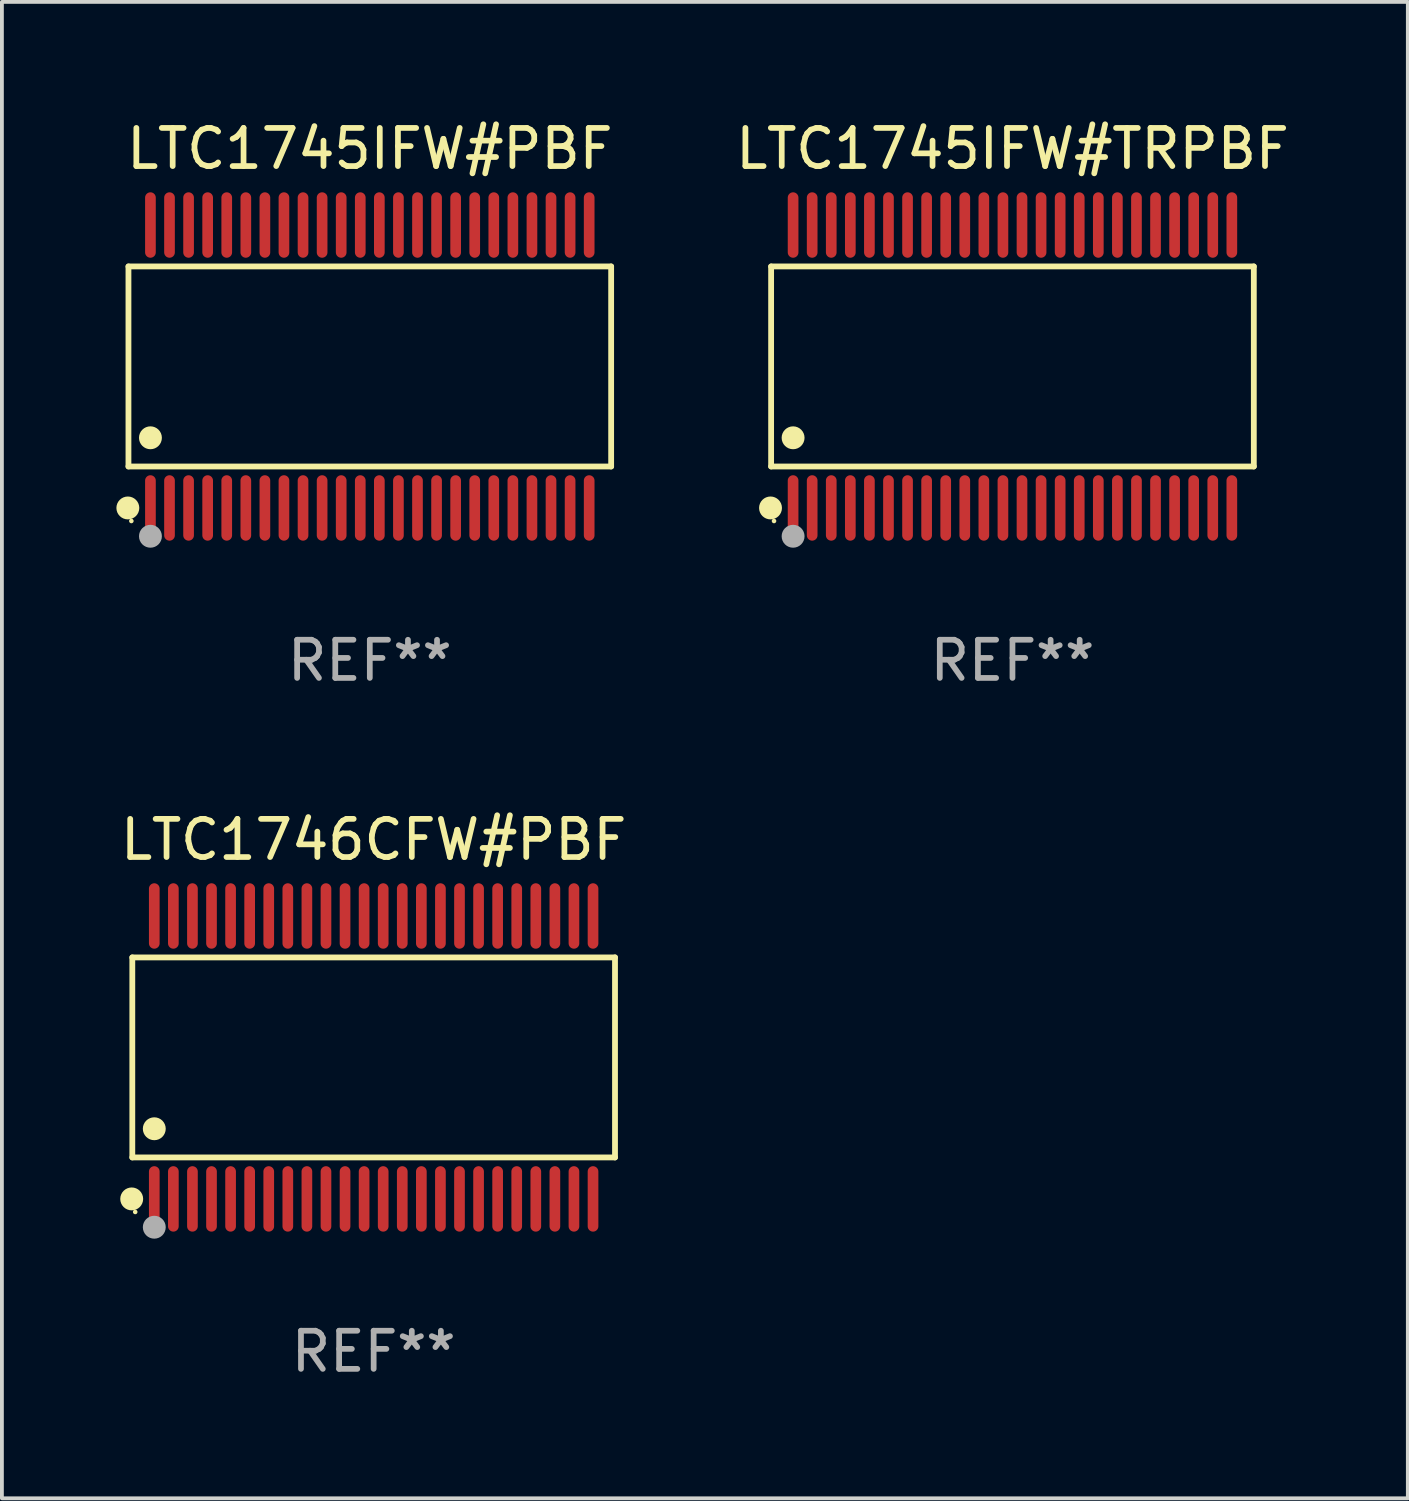
<source format=kicad_pcb>
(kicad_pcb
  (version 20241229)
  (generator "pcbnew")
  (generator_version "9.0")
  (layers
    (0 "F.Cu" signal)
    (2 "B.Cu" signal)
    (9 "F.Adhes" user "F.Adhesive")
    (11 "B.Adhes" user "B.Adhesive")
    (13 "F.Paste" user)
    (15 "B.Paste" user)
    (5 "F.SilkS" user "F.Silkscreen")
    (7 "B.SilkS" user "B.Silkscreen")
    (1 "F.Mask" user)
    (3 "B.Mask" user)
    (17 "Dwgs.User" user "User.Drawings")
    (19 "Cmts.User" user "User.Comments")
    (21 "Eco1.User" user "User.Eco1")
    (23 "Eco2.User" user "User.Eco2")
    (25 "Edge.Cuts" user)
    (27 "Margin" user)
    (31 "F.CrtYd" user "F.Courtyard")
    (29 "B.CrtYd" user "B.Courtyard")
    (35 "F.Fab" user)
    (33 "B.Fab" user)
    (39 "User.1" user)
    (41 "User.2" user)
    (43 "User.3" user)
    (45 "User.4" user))
  (footprint "LTC1745IFW#TRPBF"
    (layer "F.Cu")
    (at 23.488 6.556)
    (property "Reference" "LTC1745IFW#TRPBF" (at 0 -5.708 0) (layer "F.SilkS") (effects (font (size 1 1) (thickness 0.15))))
    (attr through_hole)
    (fp_line (start -6.326 -2.622) (end 6.326 -2.622) (stroke (width 0.152) (type solid)) (layer "F.SilkS"))
    (fp_line (start -6.326 2.621) (end -6.326 -2.622) (stroke (width 0.152) (type solid)) (layer "F.SilkS"))
    (fp_line (start 6.326 -2.622) (end 6.326 2.621) (stroke (width 0.152) (type solid)) (layer "F.SilkS"))
    (fp_line (start 6.326 2.621) (end -6.326 2.621) (stroke (width 0.152) (type solid)) (layer "F.SilkS"))
    (fp_circle (center -6.342 3.708) (end -6.192 3.708) (stroke (width 0.3) (type solid)) (fill no) (layer "F.SilkS"))
    (fp_circle (center -6.25 4.05) (end -6.22 4.05) (stroke (width 0.06) (type solid)) (fill no) (layer "F.SilkS"))
    (fp_circle (center -5.75 1.869) (end -5.6 1.869) (stroke (width 0.3) (type solid)) (fill no) (layer "F.SilkS"))
    (fp_circle (center -5.75 4.45) (end -5.6 4.45) (stroke (width 0.3) (type solid)) (fill no) (layer "F.Fab"))
    (fp_text user "REF**" (at 0 7.708 0) (layer "F.Fab") (effects (font (size 1 1) (thickness 0.15))))
    (pad "1" smd oval (at -5.75 3.708) (size 0.28 1.715) (layers "F.Cu" "F.Mask" "F.Paste"))
    (pad "2" smd oval (at -5.25 3.708) (size 0.28 1.715) (layers "F.Cu" "F.Mask" "F.Paste"))
    (pad "3" smd oval (at -4.75 3.708) (size 0.28 1.715) (layers "F.Cu" "F.Mask" "F.Paste"))
    (pad "4" smd oval (at -4.25 3.708) (size 0.28 1.715) (layers "F.Cu" "F.Mask" "F.Paste"))
    (pad "5" smd oval (at -3.75 3.708) (size 0.28 1.715) (layers "F.Cu" "F.Mask" "F.Paste"))
    (pad "6" smd oval (at -3.25 3.708) (size 0.28 1.715) (layers "F.Cu" "F.Mask" "F.Paste"))
    (pad "7" smd oval (at -2.75 3.708) (size 0.28 1.715) (layers "F.Cu" "F.Mask" "F.Paste"))
    (pad "8" smd oval (at -2.25 3.708) (size 0.28 1.715) (layers "F.Cu" "F.Mask" "F.Paste"))
    (pad "9" smd oval (at -1.75 3.708) (size 0.28 1.715) (layers "F.Cu" "F.Mask" "F.Paste"))
    (pad "10" smd oval (at -1.25 3.708) (size 0.28 1.715) (layers "F.Cu" "F.Mask" "F.Paste"))
    (pad "11" smd oval (at -0.75 3.708) (size 0.28 1.715) (layers "F.Cu" "F.Mask" "F.Paste"))
    (pad "12" smd oval (at -0.25 3.708) (size 0.28 1.715) (layers "F.Cu" "F.Mask" "F.Paste"))
    (pad "13" smd oval (at 0.25 3.708) (size 0.28 1.715) (layers "F.Cu" "F.Mask" "F.Paste"))
    (pad "14" smd oval (at 0.75 3.708) (size 0.28 1.715) (layers "F.Cu" "F.Mask" "F.Paste"))
    (pad "15" smd oval (at 1.25 3.708) (size 0.28 1.715) (layers "F.Cu" "F.Mask" "F.Paste"))
    (pad "16" smd oval (at 1.75 3.708) (size 0.28 1.715) (layers "F.Cu" "F.Mask" "F.Paste"))
    (pad "17" smd oval (at 2.25 3.708) (size 0.28 1.715) (layers "F.Cu" "F.Mask" "F.Paste"))
    (pad "18" smd oval (at 2.75 3.708) (size 0.28 1.715) (layers "F.Cu" "F.Mask" "F.Paste"))
    (pad "19" smd oval (at 3.25 3.708) (size 0.28 1.715) (layers "F.Cu" "F.Mask" "F.Paste"))
    (pad "20" smd oval (at 3.75 3.708) (size 0.28 1.715) (layers "F.Cu" "F.Mask" "F.Paste"))
    (pad "21" smd oval (at 4.25 3.708) (size 0.28 1.715) (layers "F.Cu" "F.Mask" "F.Paste"))
    (pad "22" smd oval (at 4.75 3.708) (size 0.28 1.715) (layers "F.Cu" "F.Mask" "F.Paste"))
    (pad "23" smd oval (at 5.25 3.708) (size 0.28 1.715) (layers "F.Cu" "F.Mask" "F.Paste"))
    (pad "24" smd oval (at 5.75 3.708) (size 0.28 1.715) (layers "F.Cu" "F.Mask" "F.Paste"))
    (pad "25" smd oval (at 5.75 -3.708) (size 0.28 1.715) (layers "F.Cu" "F.Mask" "F.Paste"))
    (pad "26" smd oval (at 5.25 -3.708) (size 0.28 1.715) (layers "F.Cu" "F.Mask" "F.Paste"))
    (pad "27" smd oval (at 4.75 -3.708) (size 0.28 1.715) (layers "F.Cu" "F.Mask" "F.Paste"))
    (pad "28" smd oval (at 4.25 -3.708) (size 0.28 1.715) (layers "F.Cu" "F.Mask" "F.Paste"))
    (pad "29" smd oval (at 3.75 -3.708) (size 0.28 1.715) (layers "F.Cu" "F.Mask" "F.Paste"))
    (pad "30" smd oval (at 3.25 -3.708) (size 0.28 1.715) (layers "F.Cu" "F.Mask" "F.Paste"))
    (pad "31" smd oval (at 2.75 -3.708) (size 0.28 1.715) (layers "F.Cu" "F.Mask" "F.Paste"))
    (pad "32" smd oval (at 2.25 -3.708) (size 0.28 1.715) (layers "F.Cu" "F.Mask" "F.Paste"))
    (pad "33" smd oval (at 1.75 -3.708) (size 0.28 1.715) (layers "F.Cu" "F.Mask" "F.Paste"))
    (pad "34" smd oval (at 1.25 -3.708) (size 0.28 1.715) (layers "F.Cu" "F.Mask" "F.Paste"))
    (pad "35" smd oval (at 0.75 -3.708) (size 0.28 1.715) (layers "F.Cu" "F.Mask" "F.Paste"))
    (pad "36" smd oval (at 0.25 -3.708) (size 0.28 1.715) (layers "F.Cu" "F.Mask" "F.Paste"))
    (pad "37" smd oval (at -0.25 -3.708) (size 0.28 1.715) (layers "F.Cu" "F.Mask" "F.Paste"))
    (pad "38" smd oval (at -0.75 -3.708) (size 0.28 1.715) (layers "F.Cu" "F.Mask" "F.Paste"))
    (pad "39" smd oval (at -1.25 -3.708) (size 0.28 1.715) (layers "F.Cu" "F.Mask" "F.Paste"))
    (pad "40" smd oval (at -1.75 -3.708) (size 0.28 1.715) (layers "F.Cu" "F.Mask" "F.Paste"))
    (pad "41" smd oval (at -2.25 -3.708) (size 0.28 1.715) (layers "F.Cu" "F.Mask" "F.Paste"))
    (pad "42" smd oval (at -2.75 -3.708) (size 0.28 1.715) (layers "F.Cu" "F.Mask" "F.Paste"))
    (pad "43" smd oval (at -3.25 -3.708) (size 0.28 1.715) (layers "F.Cu" "F.Mask" "F.Paste"))
    (pad "44" smd oval (at -3.75 -3.708) (size 0.28 1.715) (layers "F.Cu" "F.Mask" "F.Paste"))
    (pad "45" smd oval (at -4.25 -3.708) (size 0.28 1.715) (layers "F.Cu" "F.Mask" "F.Paste"))
    (pad "46" smd oval (at -4.75 -3.708) (size 0.28 1.715) (layers "F.Cu" "F.Mask" "F.Paste"))
    (pad "47" smd oval (at -5.25 -3.708) (size 0.28 1.715) (layers "F.Cu" "F.Mask" "F.Paste"))
    (pad "48" smd oval (at -5.75 -3.708) (size 0.28 1.715) (layers "F.Cu" "F.Mask" "F.Paste")))
  (footprint "LTC1745IFW#PBF"
    (layer "F.Cu")
    (at 6.643 6.556)
    (property "Reference" "LTC1745IFW#PBF" (at 0 -5.708 0) (layer "F.SilkS") (effects (font (size 1 1) (thickness 0.15))))
    (attr through_hole)
    (fp_line (start -6.326 -2.622) (end 6.326 -2.622) (stroke (width 0.152) (type solid)) (layer "F.SilkS"))
    (fp_line (start -6.326 2.621) (end -6.326 -2.622) (stroke (width 0.152) (type solid)) (layer "F.SilkS"))
    (fp_line (start 6.326 -2.622) (end 6.326 2.621) (stroke (width 0.152) (type solid)) (layer "F.SilkS"))
    (fp_line (start 6.326 2.621) (end -6.326 2.621) (stroke (width 0.152) (type solid)) (layer "F.SilkS"))
    (fp_circle (center -6.342 3.708) (end -6.192 3.708) (stroke (width 0.3) (type solid)) (fill no) (layer "F.SilkS"))
    (fp_circle (center -6.25 4.05) (end -6.22 4.05) (stroke (width 0.06) (type solid)) (fill no) (layer "F.SilkS"))
    (fp_circle (center -5.75 1.869) (end -5.6 1.869) (stroke (width 0.3) (type solid)) (fill no) (layer "F.SilkS"))
    (fp_circle (center -5.75 4.45) (end -5.6 4.45) (stroke (width 0.3) (type solid)) (fill no) (layer "F.Fab"))
    (fp_text user "REF**" (at 0 7.708 0) (layer "F.Fab") (effects (font (size 1 1) (thickness 0.15))))
    (pad "1" smd oval (at -5.75 3.708) (size 0.28 1.715) (layers "F.Cu" "F.Mask" "F.Paste"))
    (pad "2" smd oval (at -5.25 3.708) (size 0.28 1.715) (layers "F.Cu" "F.Mask" "F.Paste"))
    (pad "3" smd oval (at -4.75 3.708) (size 0.28 1.715) (layers "F.Cu" "F.Mask" "F.Paste"))
    (pad "4" smd oval (at -4.25 3.708) (size 0.28 1.715) (layers "F.Cu" "F.Mask" "F.Paste"))
    (pad "5" smd oval (at -3.75 3.708) (size 0.28 1.715) (layers "F.Cu" "F.Mask" "F.Paste"))
    (pad "6" smd oval (at -3.25 3.708) (size 0.28 1.715) (layers "F.Cu" "F.Mask" "F.Paste"))
    (pad "7" smd oval (at -2.75 3.708) (size 0.28 1.715) (layers "F.Cu" "F.Mask" "F.Paste"))
    (pad "8" smd oval (at -2.25 3.708) (size 0.28 1.715) (layers "F.Cu" "F.Mask" "F.Paste"))
    (pad "9" smd oval (at -1.75 3.708) (size 0.28 1.715) (layers "F.Cu" "F.Mask" "F.Paste"))
    (pad "10" smd oval (at -1.25 3.708) (size 0.28 1.715) (layers "F.Cu" "F.Mask" "F.Paste"))
    (pad "11" smd oval (at -0.75 3.708) (size 0.28 1.715) (layers "F.Cu" "F.Mask" "F.Paste"))
    (pad "12" smd oval (at -0.25 3.708) (size 0.28 1.715) (layers "F.Cu" "F.Mask" "F.Paste"))
    (pad "13" smd oval (at 0.25 3.708) (size 0.28 1.715) (layers "F.Cu" "F.Mask" "F.Paste"))
    (pad "14" smd oval (at 0.75 3.708) (size 0.28 1.715) (layers "F.Cu" "F.Mask" "F.Paste"))
    (pad "15" smd oval (at 1.25 3.708) (size 0.28 1.715) (layers "F.Cu" "F.Mask" "F.Paste"))
    (pad "16" smd oval (at 1.75 3.708) (size 0.28 1.715) (layers "F.Cu" "F.Mask" "F.Paste"))
    (pad "17" smd oval (at 2.25 3.708) (size 0.28 1.715) (layers "F.Cu" "F.Mask" "F.Paste"))
    (pad "18" smd oval (at 2.75 3.708) (size 0.28 1.715) (layers "F.Cu" "F.Mask" "F.Paste"))
    (pad "19" smd oval (at 3.25 3.708) (size 0.28 1.715) (layers "F.Cu" "F.Mask" "F.Paste"))
    (pad "20" smd oval (at 3.75 3.708) (size 0.28 1.715) (layers "F.Cu" "F.Mask" "F.Paste"))
    (pad "21" smd oval (at 4.25 3.708) (size 0.28 1.715) (layers "F.Cu" "F.Mask" "F.Paste"))
    (pad "22" smd oval (at 4.75 3.708) (size 0.28 1.715) (layers "F.Cu" "F.Mask" "F.Paste"))
    (pad "23" smd oval (at 5.25 3.708) (size 0.28 1.715) (layers "F.Cu" "F.Mask" "F.Paste"))
    (pad "24" smd oval (at 5.75 3.708) (size 0.28 1.715) (layers "F.Cu" "F.Mask" "F.Paste"))
    (pad "25" smd oval (at 5.75 -3.708) (size 0.28 1.715) (layers "F.Cu" "F.Mask" "F.Paste"))
    (pad "26" smd oval (at 5.25 -3.708) (size 0.28 1.715) (layers "F.Cu" "F.Mask" "F.Paste"))
    (pad "27" smd oval (at 4.75 -3.708) (size 0.28 1.715) (layers "F.Cu" "F.Mask" "F.Paste"))
    (pad "28" smd oval (at 4.25 -3.708) (size 0.28 1.715) (layers "F.Cu" "F.Mask" "F.Paste"))
    (pad "29" smd oval (at 3.75 -3.708) (size 0.28 1.715) (layers "F.Cu" "F.Mask" "F.Paste"))
    (pad "30" smd oval (at 3.25 -3.708) (size 0.28 1.715) (layers "F.Cu" "F.Mask" "F.Paste"))
    (pad "31" smd oval (at 2.75 -3.708) (size 0.28 1.715) (layers "F.Cu" "F.Mask" "F.Paste"))
    (pad "32" smd oval (at 2.25 -3.708) (size 0.28 1.715) (layers "F.Cu" "F.Mask" "F.Paste"))
    (pad "33" smd oval (at 1.75 -3.708) (size 0.28 1.715) (layers "F.Cu" "F.Mask" "F.Paste"))
    (pad "34" smd oval (at 1.25 -3.708) (size 0.28 1.715) (layers "F.Cu" "F.Mask" "F.Paste"))
    (pad "35" smd oval (at 0.75 -3.708) (size 0.28 1.715) (layers "F.Cu" "F.Mask" "F.Paste"))
    (pad "36" smd oval (at 0.25 -3.708) (size 0.28 1.715) (layers "F.Cu" "F.Mask" "F.Paste"))
    (pad "37" smd oval (at -0.25 -3.708) (size 0.28 1.715) (layers "F.Cu" "F.Mask" "F.Paste"))
    (pad "38" smd oval (at -0.75 -3.708) (size 0.28 1.715) (layers "F.Cu" "F.Mask" "F.Paste"))
    (pad "39" smd oval (at -1.25 -3.708) (size 0.28 1.715) (layers "F.Cu" "F.Mask" "F.Paste"))
    (pad "40" smd oval (at -1.75 -3.708) (size 0.28 1.715) (layers "F.Cu" "F.Mask" "F.Paste"))
    (pad "41" smd oval (at -2.25 -3.708) (size 0.28 1.715) (layers "F.Cu" "F.Mask" "F.Paste"))
    (pad "42" smd oval (at -2.75 -3.708) (size 0.28 1.715) (layers "F.Cu" "F.Mask" "F.Paste"))
    (pad "43" smd oval (at -3.25 -3.708) (size 0.28 1.715) (layers "F.Cu" "F.Mask" "F.Paste"))
    (pad "44" smd oval (at -3.75 -3.708) (size 0.28 1.715) (layers "F.Cu" "F.Mask" "F.Paste"))
    (pad "45" smd oval (at -4.25 -3.708) (size 0.28 1.715) (layers "F.Cu" "F.Mask" "F.Paste"))
    (pad "46" smd oval (at -4.75 -3.708) (size 0.28 1.715) (layers "F.Cu" "F.Mask" "F.Paste"))
    (pad "47" smd oval (at -5.25 -3.708) (size 0.28 1.715) (layers "F.Cu" "F.Mask" "F.Paste"))
    (pad "48" smd oval (at -5.75 -3.708) (size 0.28 1.715) (layers "F.Cu" "F.Mask" "F.Paste")))
  (footprint "LTC1746CFW#PBF"
    (layer "F.Cu")
    (at 6.744 24.667)
    (property "Reference" "LTC1746CFW#PBF" (at 0 -5.708 0) (layer "F.SilkS") (effects (font (size 1 1) (thickness 0.15))))
    (attr through_hole)
    (fp_line (start -6.326 -2.622) (end 6.326 -2.622) (stroke (width 0.152) (type solid)) (layer "F.SilkS"))
    (fp_line (start -6.326 2.621) (end -6.326 -2.622) (stroke (width 0.152) (type solid)) (layer "F.SilkS"))
    (fp_line (start 6.326 -2.622) (end 6.326 2.621) (stroke (width 0.152) (type solid)) (layer "F.SilkS"))
    (fp_line (start 6.326 2.621) (end -6.326 2.621) (stroke (width 0.152) (type solid)) (layer "F.SilkS"))
    (fp_circle (center -6.342 3.708) (end -6.192 3.708) (stroke (width 0.3) (type solid)) (fill no) (layer "F.SilkS"))
    (fp_circle (center -6.25 4.05) (end -6.22 4.05) (stroke (width 0.06) (type solid)) (fill no) (layer "F.SilkS"))
    (fp_circle (center -5.75 1.869) (end -5.6 1.869) (stroke (width 0.3) (type solid)) (fill no) (layer "F.SilkS"))
    (fp_circle (center -5.75 4.45) (end -5.6 4.45) (stroke (width 0.3) (type solid)) (fill no) (layer "F.Fab"))
    (fp_text user "REF**" (at 0 7.708 0) (layer "F.Fab") (effects (font (size 1 1) (thickness 0.15))))
    (pad "1" smd oval (at -5.75 3.708) (size 0.28 1.715) (layers "F.Cu" "F.Mask" "F.Paste"))
    (pad "2" smd oval (at -5.25 3.708) (size 0.28 1.715) (layers "F.Cu" "F.Mask" "F.Paste"))
    (pad "3" smd oval (at -4.75 3.708) (size 0.28 1.715) (layers "F.Cu" "F.Mask" "F.Paste"))
    (pad "4" smd oval (at -4.25 3.708) (size 0.28 1.715) (layers "F.Cu" "F.Mask" "F.Paste"))
    (pad "5" smd oval (at -3.75 3.708) (size 0.28 1.715) (layers "F.Cu" "F.Mask" "F.Paste"))
    (pad "6" smd oval (at -3.25 3.708) (size 0.28 1.715) (layers "F.Cu" "F.Mask" "F.Paste"))
    (pad "7" smd oval (at -2.75 3.708) (size 0.28 1.715) (layers "F.Cu" "F.Mask" "F.Paste"))
    (pad "8" smd oval (at -2.25 3.708) (size 0.28 1.715) (layers "F.Cu" "F.Mask" "F.Paste"))
    (pad "9" smd oval (at -1.75 3.708) (size 0.28 1.715) (layers "F.Cu" "F.Mask" "F.Paste"))
    (pad "10" smd oval (at -1.25 3.708) (size 0.28 1.715) (layers "F.Cu" "F.Mask" "F.Paste"))
    (pad "11" smd oval (at -0.75 3.708) (size 0.28 1.715) (layers "F.Cu" "F.Mask" "F.Paste"))
    (pad "12" smd oval (at -0.25 3.708) (size 0.28 1.715) (layers "F.Cu" "F.Mask" "F.Paste"))
    (pad "13" smd oval (at 0.25 3.708) (size 0.28 1.715) (layers "F.Cu" "F.Mask" "F.Paste"))
    (pad "14" smd oval (at 0.75 3.708) (size 0.28 1.715) (layers "F.Cu" "F.Mask" "F.Paste"))
    (pad "15" smd oval (at 1.25 3.708) (size 0.28 1.715) (layers "F.Cu" "F.Mask" "F.Paste"))
    (pad "16" smd oval (at 1.75 3.708) (size 0.28 1.715) (layers "F.Cu" "F.Mask" "F.Paste"))
    (pad "17" smd oval (at 2.25 3.708) (size 0.28 1.715) (layers "F.Cu" "F.Mask" "F.Paste"))
    (pad "18" smd oval (at 2.75 3.708) (size 0.28 1.715) (layers "F.Cu" "F.Mask" "F.Paste"))
    (pad "19" smd oval (at 3.25 3.708) (size 0.28 1.715) (layers "F.Cu" "F.Mask" "F.Paste"))
    (pad "20" smd oval (at 3.75 3.708) (size 0.28 1.715) (layers "F.Cu" "F.Mask" "F.Paste"))
    (pad "21" smd oval (at 4.25 3.708) (size 0.28 1.715) (layers "F.Cu" "F.Mask" "F.Paste"))
    (pad "22" smd oval (at 4.75 3.708) (size 0.28 1.715) (layers "F.Cu" "F.Mask" "F.Paste"))
    (pad "23" smd oval (at 5.25 3.708) (size 0.28 1.715) (layers "F.Cu" "F.Mask" "F.Paste"))
    (pad "24" smd oval (at 5.75 3.708) (size 0.28 1.715) (layers "F.Cu" "F.Mask" "F.Paste"))
    (pad "25" smd oval (at 5.75 -3.708) (size 0.28 1.715) (layers "F.Cu" "F.Mask" "F.Paste"))
    (pad "26" smd oval (at 5.25 -3.708) (size 0.28 1.715) (layers "F.Cu" "F.Mask" "F.Paste"))
    (pad "27" smd oval (at 4.75 -3.708) (size 0.28 1.715) (layers "F.Cu" "F.Mask" "F.Paste"))
    (pad "28" smd oval (at 4.25 -3.708) (size 0.28 1.715) (layers "F.Cu" "F.Mask" "F.Paste"))
    (pad "29" smd oval (at 3.75 -3.708) (size 0.28 1.715) (layers "F.Cu" "F.Mask" "F.Paste"))
    (pad "30" smd oval (at 3.25 -3.708) (size 0.28 1.715) (layers "F.Cu" "F.Mask" "F.Paste"))
    (pad "31" smd oval (at 2.75 -3.708) (size 0.28 1.715) (layers "F.Cu" "F.Mask" "F.Paste"))
    (pad "32" smd oval (at 2.25 -3.708) (size 0.28 1.715) (layers "F.Cu" "F.Mask" "F.Paste"))
    (pad "33" smd oval (at 1.75 -3.708) (size 0.28 1.715) (layers "F.Cu" "F.Mask" "F.Paste"))
    (pad "34" smd oval (at 1.25 -3.708) (size 0.28 1.715) (layers "F.Cu" "F.Mask" "F.Paste"))
    (pad "35" smd oval (at 0.75 -3.708) (size 0.28 1.715) (layers "F.Cu" "F.Mask" "F.Paste"))
    (pad "36" smd oval (at 0.25 -3.708) (size 0.28 1.715) (layers "F.Cu" "F.Mask" "F.Paste"))
    (pad "37" smd oval (at -0.25 -3.708) (size 0.28 1.715) (layers "F.Cu" "F.Mask" "F.Paste"))
    (pad "38" smd oval (at -0.75 -3.708) (size 0.28 1.715) (layers "F.Cu" "F.Mask" "F.Paste"))
    (pad "39" smd oval (at -1.25 -3.708) (size 0.28 1.715) (layers "F.Cu" "F.Mask" "F.Paste"))
    (pad "40" smd oval (at -1.75 -3.708) (size 0.28 1.715) (layers "F.Cu" "F.Mask" "F.Paste"))
    (pad "41" smd oval (at -2.25 -3.708) (size 0.28 1.715) (layers "F.Cu" "F.Mask" "F.Paste"))
    (pad "42" smd oval (at -2.75 -3.708) (size 0.28 1.715) (layers "F.Cu" "F.Mask" "F.Paste"))
    (pad "43" smd oval (at -3.25 -3.708) (size 0.28 1.715) (layers "F.Cu" "F.Mask" "F.Paste"))
    (pad "44" smd oval (at -3.75 -3.708) (size 0.28 1.715) (layers "F.Cu" "F.Mask" "F.Paste"))
    (pad "45" smd oval (at -4.25 -3.708) (size 0.28 1.715) (layers "F.Cu" "F.Mask" "F.Paste"))
    (pad "46" smd oval (at -4.75 -3.708) (size 0.28 1.715) (layers "F.Cu" "F.Mask" "F.Paste"))
    (pad "47" smd oval (at -5.25 -3.708) (size 0.28 1.715) (layers "F.Cu" "F.Mask" "F.Paste"))
    (pad "48" smd oval (at -5.75 -3.708) (size 0.28 1.715) (layers "F.Cu" "F.Mask" "F.Paste")))
  (gr_rect
    (start -3 -3)
    (end 33.851 36.223)
    (stroke (width 0.1) (type default))
    (fill no)
    (layer "Edge.Cuts")))
</source>
